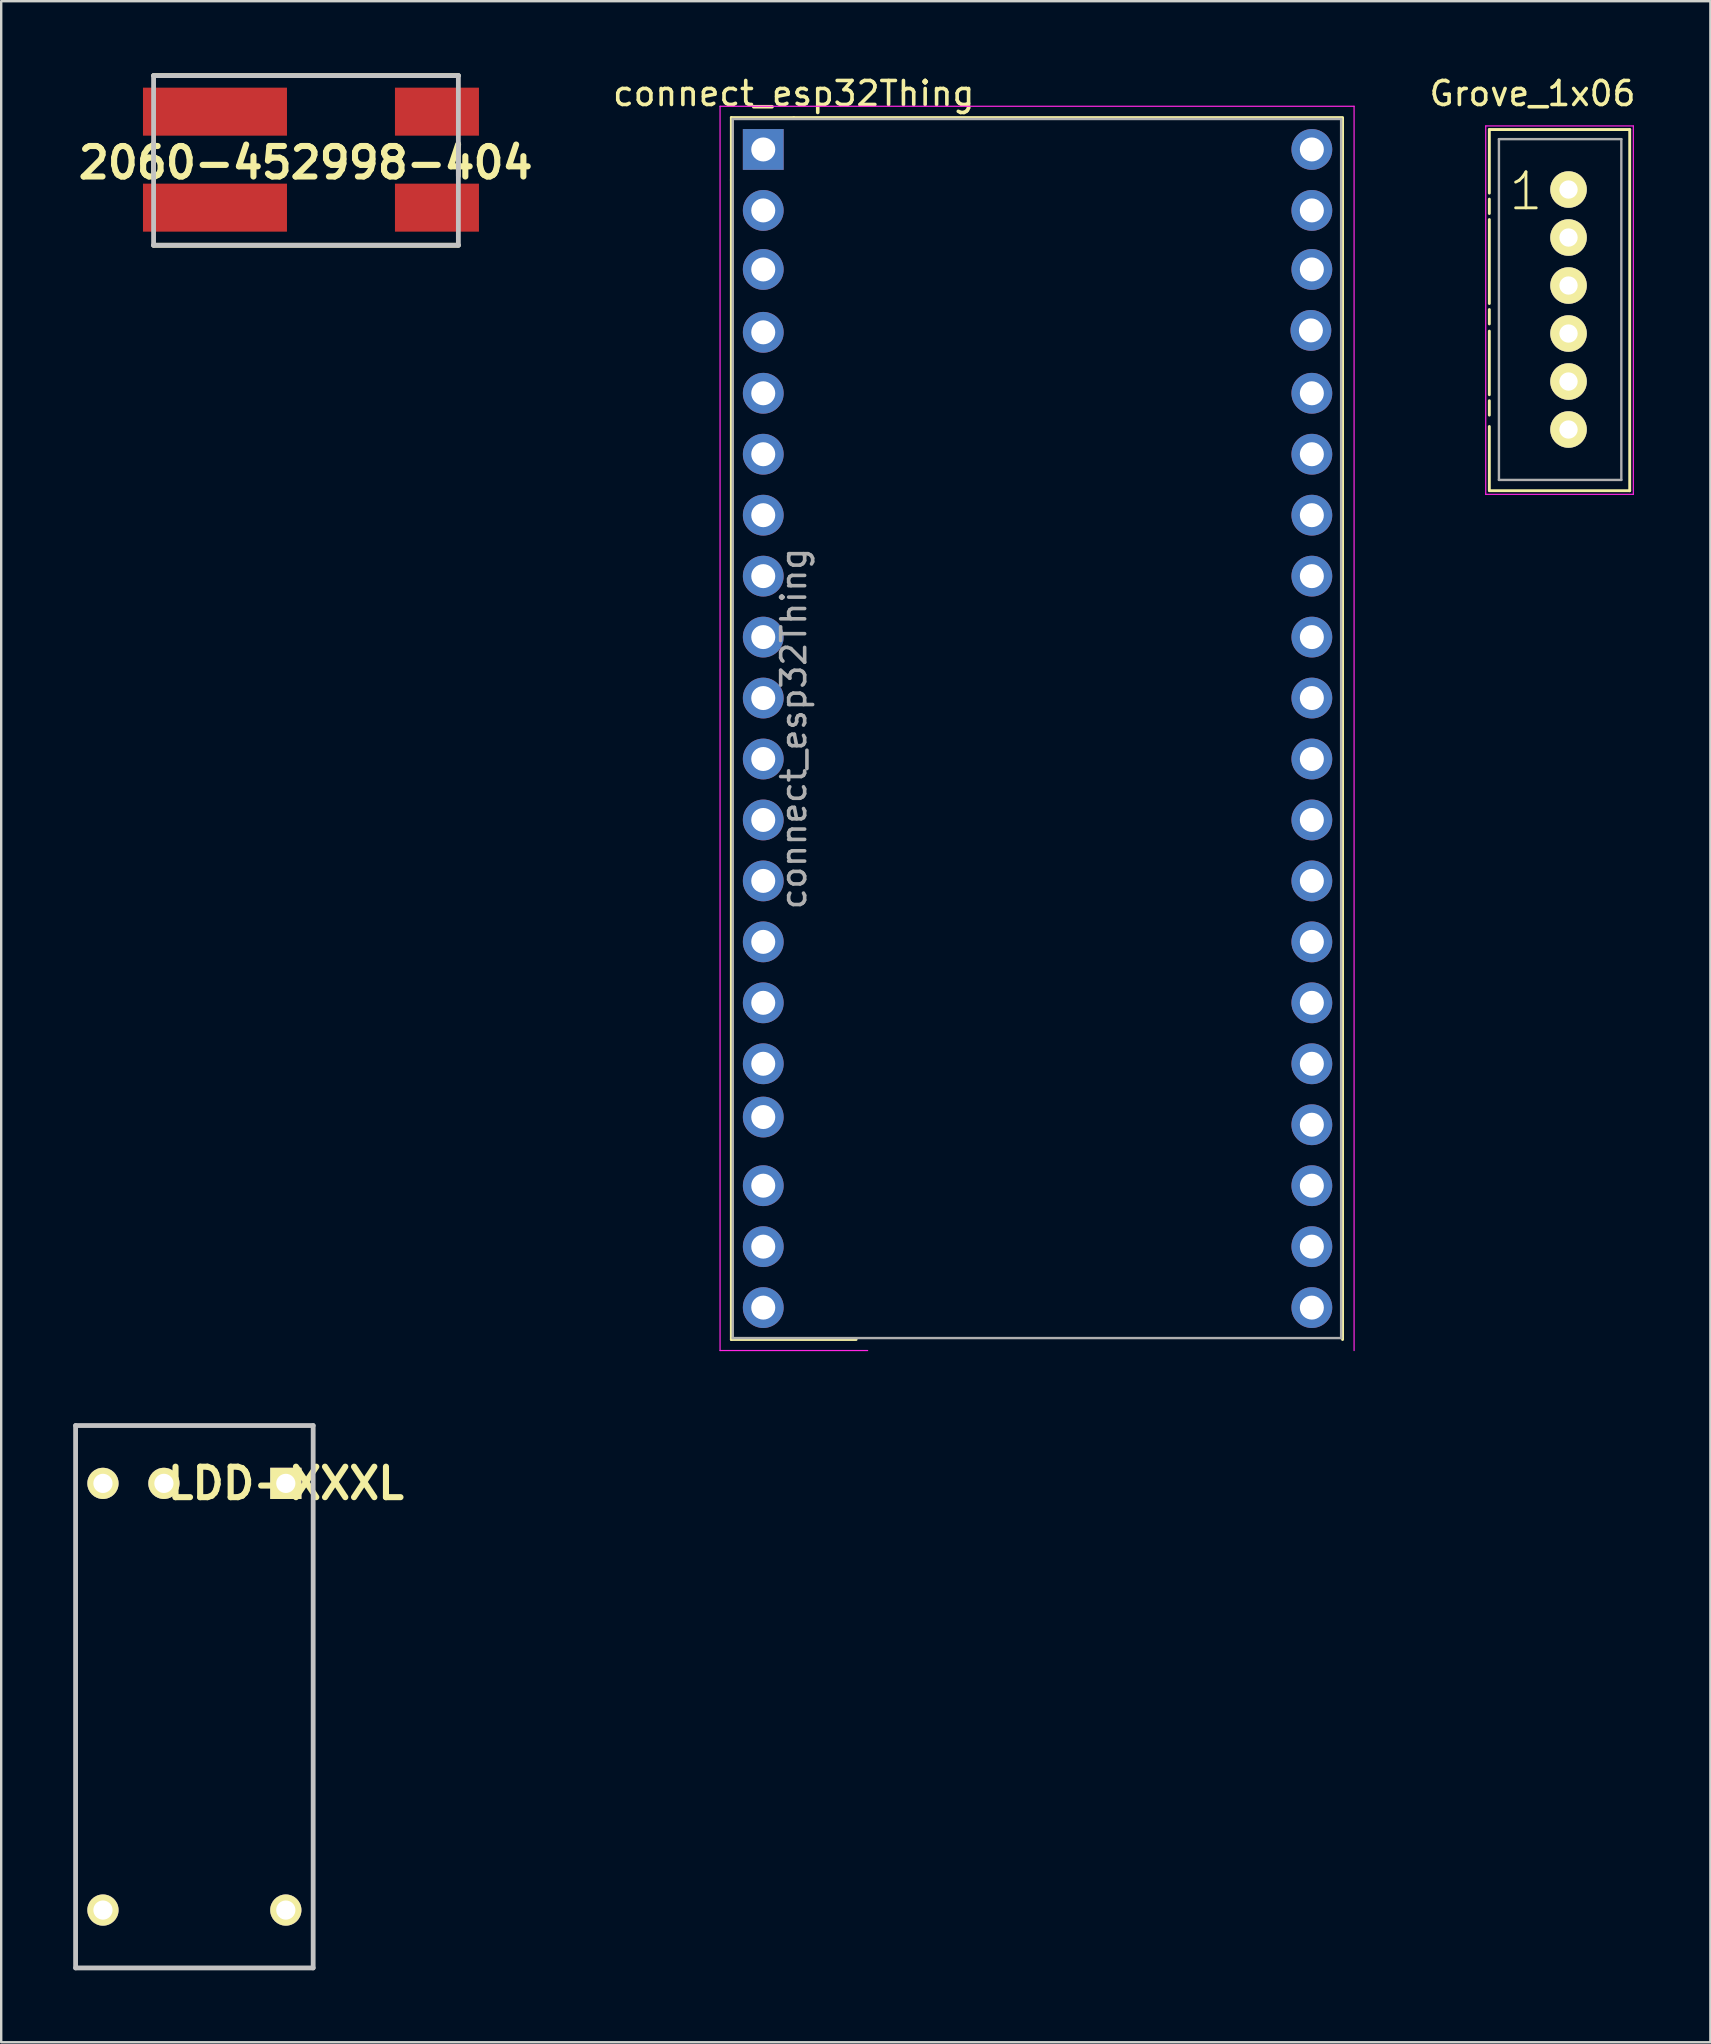
<source format=kicad_pcb>
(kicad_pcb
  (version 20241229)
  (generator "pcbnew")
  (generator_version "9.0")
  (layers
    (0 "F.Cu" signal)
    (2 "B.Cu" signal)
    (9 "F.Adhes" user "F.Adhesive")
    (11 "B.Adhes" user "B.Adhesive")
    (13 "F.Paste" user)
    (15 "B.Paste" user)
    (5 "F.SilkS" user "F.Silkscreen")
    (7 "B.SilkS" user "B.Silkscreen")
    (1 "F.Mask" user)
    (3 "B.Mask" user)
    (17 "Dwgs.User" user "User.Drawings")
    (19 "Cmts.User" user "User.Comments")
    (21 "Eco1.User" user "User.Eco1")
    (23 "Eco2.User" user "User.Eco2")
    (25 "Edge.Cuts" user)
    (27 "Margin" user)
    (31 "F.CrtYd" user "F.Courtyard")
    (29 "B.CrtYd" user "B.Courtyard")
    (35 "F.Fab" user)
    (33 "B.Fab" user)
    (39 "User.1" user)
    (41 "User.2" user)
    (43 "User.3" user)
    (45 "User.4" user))
  (footprint "2060-452998-404"
    (layer "F.Cu")
    (at 3.35 3.603)
    (property "Reference" "2060-452998-404" (at 6.338 0.127 0) (layer "F.SilkS") (effects (font (size 1.27 1.27) (thickness 0.254))))
    (attr smd)
    (fp_line (start 0 -3.503) (end 12.7 -3.503) (stroke (width 0.2) (type solid)) (layer "F.SilkS"))
    (fp_line (start 0 -0.684) (end 0 0.684) (stroke (width 0.2) (type solid)) (layer "F.SilkS"))
    (fp_line (start 12.7 -0.684) (end 12.7 0.684) (stroke (width 0.2) (type solid)) (layer "F.SilkS"))
    (fp_line (start 12.7 3.567) (end 0 3.567) (stroke (width 0.2) (type solid)) (layer "F.SilkS"))
    (fp_line (start 0 -3.503) (end 12.7 -3.503) (stroke (width 0.2) (type solid)) (layer "Dwgs.User"))
    (fp_line (start 0 3.567) (end 0 -3.503) (stroke (width 0.2) (type solid)) (layer "Dwgs.User"))
    (fp_line (start 12.7 -3.503) (end 12.7 3.567) (stroke (width 0.2) (type solid)) (layer "Dwgs.User"))
    (fp_line (start 12.7 3.567) (end 0 3.567) (stroke (width 0.2) (type solid)) (layer "Dwgs.User"))
    (pad "1" smd rect (at 11.808 2 90) (size 2 3.5) (layers "F.Cu" "F.Mask" "F.Paste"))
    (pad "2" smd rect (at 2.558 2 90) (size 2 6) (layers "F.Cu" "F.Mask" "F.Paste"))
    (pad "3" smd rect (at 11.808 -2 90) (size 2 3.5) (layers "F.Cu" "F.Mask" "F.Paste"))
    (pad "4" smd rect (at 2.558 -2 90) (size 2 6) (layers "F.Cu" "F.Mask" "F.Paste")))
  (footprint "LDD-XXXL"
    (layer "F.Cu")
    (at 8.86 58.763)
    (property "Reference" "LDD-XXXL" (at 0 0 0) (layer "F.SilkS") (effects (font (size 1.27 1.27) (thickness 0.254))))
    (attr through_hole)
    (fp_line (start -8.76 -2.41) (end 1.14 -2.41) (stroke (width 0.1) (type solid)) (layer "F.SilkS"))
    (fp_line (start -8.76 20.19) (end -8.76 -2.41) (stroke (width 0.1) (type solid)) (layer "F.SilkS"))
    (fp_line (start 1.14 -2.41) (end 1.14 20.19) (stroke (width 0.1) (type solid)) (layer "F.SilkS"))
    (fp_line (start 1.14 20.19) (end -8.76 20.19) (stroke (width 0.1) (type solid)) (layer "F.SilkS"))
    (fp_line (start -8.76 -2.41) (end -8.76 20.19) (stroke (width 0.2) (type solid)) (layer "Dwgs.User"))
    (fp_line (start -8.76 20.19) (end 1.14 20.19) (stroke (width 0.2) (type solid)) (layer "Dwgs.User"))
    (fp_line (start 1.14 -2.41) (end -8.76 -2.41) (stroke (width 0.2) (type solid)) (layer "Dwgs.User"))
    (fp_line (start 1.14 20.19) (end 1.14 -2.41) (stroke (width 0.2) (type solid)) (layer "Dwgs.User"))
    (pad "1" thru_hole rect (at 0 0 90) (size 1.3 1.3) (drill 0.8) (layers "*.Cu" "*.Mask" "F.SilkS"))
    (pad "3" thru_hole circle (at -5.08 0 90) (size 1.3 1.3) (drill 0.8) (layers "*.Cu" "*.Mask" "F.SilkS"))
    (pad "4" thru_hole circle (at -7.62 0 90) (size 1.3 1.3) (drill 0.8) (layers "*.Cu" "*.Mask" "F.SilkS"))
    (pad "5" thru_hole circle (at -7.62 17.78 90) (size 1.3 1.3) (drill 0.8) (layers "*.Cu" "*.Mask" "F.SilkS"))
    (pad "6" thru_hole circle (at 0 17.78 90) (size 1.3 1.3) (drill 0.8) (layers "*.Cu" "*.Mask" "F.SilkS")))
  (footprint "Grove_1x06"
    (layer "F.Cu")
    (at 62.311 4.848)
    (property "Reference" "Grove_1x06" (at -1.5 -4 0) (layer "F.SilkS") (effects (font (size 1 1) (thickness 0.15))))
    (attr through_hole)
    (fp_line (start -3.3 -2.5) (end -3.3 0.15) (stroke (width 0.12) (type solid)) (layer "F.SilkS"))
    (fp_line (start -3.3 -2.5) (end 2.55 -2.5) (stroke (width 0.12) (type solid)) (layer "F.SilkS"))
    (fp_line (start -3.3 0.4) (end -3.3 1) (stroke (width 0.12) (type solid)) (layer "F.SilkS"))
    (fp_line (start -3.3 1.25) (end -3.3 4.75) (stroke (width 0.12) (type solid)) (layer "F.SilkS"))
    (fp_line (start -3.3 5) (end -3.3 5.6) (stroke (width 0.12) (type solid)) (layer "F.SilkS"))
    (fp_line (start -3.3 5.9) (end -3.3 8.55) (stroke (width 0.12) (type solid)) (layer "F.SilkS"))
    (fp_line (start -3.3 8.8) (end -3.3 9.4) (stroke (width 0.12) (type solid)) (layer "F.SilkS"))
    (fp_line (start -3.3 9.875) (end -3.3 12.525) (stroke (width 0.12) (type solid)) (layer "F.SilkS"))
    (fp_line (start -3.3 12.55) (end 2.55 12.55) (stroke (width 0.12) (type solid)) (layer "F.SilkS"))
    (fp_line (start 2.55 -2.5) (end 2.55 12.55) (stroke (width 0.12) (type solid)) (layer "F.SilkS"))
    (fp_line (start -3.45 -2.65) (end -3.45 12.7) (stroke (width 0.05) (type solid)) (layer "F.CrtYd"))
    (fp_line (start -3.45 -2.65) (end 2.7 -2.65) (stroke (width 0.05) (type solid)) (layer "F.CrtYd"))
    (fp_line (start -3.45 12.7) (end 2.7 12.7) (stroke (width 0.05) (type solid)) (layer "F.CrtYd"))
    (fp_line (start 2.7 12.7) (end 2.7 -2.65) (stroke (width 0.05) (type solid)) (layer "F.CrtYd"))
    (fp_line (start -2.9 -2.1) (end 2.2 -2.1) (stroke (width 0.1) (type solid)) (layer "F.Fab"))
    (fp_line (start -2.9 12.1) (end -2.9 -2.1) (stroke (width 0.1) (type solid)) (layer "F.Fab"))
    (fp_line (start 2.2 -2.1) (end 2.2 12.1) (stroke (width 0.1) (type solid)) (layer "F.Fab"))
    (fp_line (start 2.2 12.1) (end -2.9 12.1) (stroke (width 0.1) (type solid)) (layer "F.Fab"))
    (fp_text user "1" (at -1.775 0.075 0) (layer "F.SilkS") (effects (font (size 1.5 1.5) (thickness 0.12))))
    (pad "1" thru_hole circle (at 0 0) (size 1.524 1.524) (drill 0.762) (layers "*.Cu" "*.Mask" "F.SilkS"))
    (pad "2" thru_hole circle (at 0 2) (size 1.524 1.524) (drill 0.762) (layers "*.Cu" "*.Mask" "F.SilkS"))
    (pad "3" thru_hole circle (at 0 4) (size 1.524 1.524) (drill 0.762) (layers "*.Cu" "*.Mask" "F.SilkS"))
    (pad "4" thru_hole circle (at 0 6) (size 1.524 1.524) (drill 0.762) (layers "*.Cu" "*.Mask" "F.SilkS"))
    (pad "5" thru_hole circle (at 0 8) (size 1.524 1.524) (drill 0.762) (layers "*.Cu" "*.Mask" "F.SilkS"))
    (pad "6" thru_hole circle (at 0 10) (size 1.524 1.524) (drill 0.762) (layers "*.Cu" "*.Mask" "F.SilkS")))
  (footprint "connect_esp32Thing"
    (layer "F.Cu")
    (at 28.755 3.178)
    (property "Reference" "connect_esp32Thing" (at 1.27 -2.33 0) (layer "F.SilkS") (effects (font (size 1 1) (thickness 0.15))))
    (attr through_hole)
    (fp_line (start -1.33 -1.33) (end 1.27 -1.33) (stroke (width 0.12) (type solid)) (layer "F.SilkS"))
    (fp_line (start -1.33 1.27) (end -1.33 -1.33) (stroke (width 0.12) (type solid)) (layer "F.SilkS"))
    (fp_line (start -1.33 1.27) (end -1.33 49.59) (stroke (width 0.12) (type solid)) (layer "F.SilkS"))
    (fp_line (start -1.33 49.59) (end 3.87 49.59) (stroke (width 0.12) (type solid)) (layer "F.SilkS"))
    (fp_line (start 1.27 -1.33) (end 24.08 -1.33) (stroke (width 0.12) (type solid)) (layer "F.SilkS"))
    (fp_line (start 24.14 -1.33) (end 24.14 49.59) (stroke (width 0.12) (type solid)) (layer "F.SilkS"))
    (fp_line (start -1.8 -1.8) (end -1.8 50.05) (stroke (width 0.05) (type solid)) (layer "F.CrtYd"))
    (fp_line (start -1.8 50.05) (end 4.35 50.05) (stroke (width 0.05) (type solid)) (layer "F.CrtYd"))
    (fp_line (start 24.62 -1.8) (end -1.8 -1.8) (stroke (width 0.05) (type solid)) (layer "F.CrtYd"))
    (fp_line (start 24.62 50.05) (end 24.62 -1.8) (stroke (width 0.05) (type solid)) (layer "F.CrtYd"))
    (fp_line (start -1.27 -1.27) (end 24.08 -1.27) (stroke (width 0.1) (type solid)) (layer "F.Fab"))
    (fp_line (start -1.27 49.53) (end -1.27 -1.27) (stroke (width 0.1) (type solid)) (layer "F.Fab"))
    (fp_line (start 24.08 -1.27) (end 24.08 49.53) (stroke (width 0.1) (type solid)) (layer "F.Fab"))
    (fp_line (start 24.08 49.53) (end -1.27 49.53) (stroke (width 0.1) (type solid)) (layer "F.Fab"))
    (fp_text user "${REFERENCE}" (at 1.27 24.13 90) (layer "F.Fab") (effects (font (size 1 1) (thickness 0.15))))
    (pad "1" thru_hole rect (at 0 0) (size 1.7 1.7) (drill 1) (layers "*.Cu" "*.Mask"))
    (pad "2" thru_hole oval (at 0 2.54) (size 1.7 1.7) (drill 1) (layers "*.Cu" "*.Mask"))
    (pad "3" thru_hole oval (at 0 5) (size 1.7 1.7) (drill 1) (layers "*.Cu" "*.Mask"))
    (pad "4" thru_hole oval (at 0 7.62) (size 1.7 1.7) (drill 1) (layers "*.Cu" "*.Mask"))
    (pad "5" thru_hole oval (at 0 10.16) (size 1.7 1.7) (drill 1) (layers "*.Cu" "*.Mask"))
    (pad "6" thru_hole oval (at 0 12.7) (size 1.7 1.7) (drill 1) (layers "*.Cu" "*.Mask"))
    (pad "7" thru_hole oval (at 0 15.24) (size 1.7 1.7) (drill 1) (layers "*.Cu" "*.Mask"))
    (pad "8" thru_hole oval (at 0 17.78) (size 1.7 1.7) (drill 1) (layers "*.Cu" "*.Mask"))
    (pad "9" thru_hole oval (at 0 20.32) (size 1.7 1.7) (drill 1) (layers "*.Cu" "*.Mask"))
    (pad "10" thru_hole oval (at 0 22.86) (size 1.7 1.7) (drill 1) (layers "*.Cu" "*.Mask"))
    (pad "11" thru_hole oval (at 0 25.4) (size 1.7 1.7) (drill 1) (layers "*.Cu" "*.Mask"))
    (pad "12" thru_hole oval (at 0 27.94) (size 1.7 1.7) (drill 1) (layers "*.Cu" "*.Mask"))
    (pad "13" thru_hole oval (at 0 30.48) (size 1.7 1.7) (drill 1) (layers "*.Cu" "*.Mask"))
    (pad "14" thru_hole oval (at 0 33.02) (size 1.7 1.7) (drill 1) (layers "*.Cu" "*.Mask"))
    (pad "15" thru_hole oval (at 0 35.56) (size 1.7 1.7) (drill 1) (layers "*.Cu" "*.Mask"))
    (pad "16" thru_hole oval (at 0 38.1) (size 1.7 1.7) (drill 1) (layers "*.Cu" "*.Mask"))
    (pad "17" thru_hole oval (at 0 40.32) (size 1.7 1.7) (drill 1) (layers "*.Cu" "*.Mask"))
    (pad "18" thru_hole oval (at 0 43.18) (size 1.7 1.7) (drill 1) (layers "*.Cu" "*.Mask"))
    (pad "19" thru_hole oval (at 0 45.72) (size 1.7 1.7) (drill 1) (layers "*.Cu" "*.Mask"))
    (pad "20" thru_hole oval (at 0 48.26) (size 1.7 1.7) (drill 1) (layers "*.Cu" "*.Mask"))
    (pad "21" thru_hole oval (at 22.86 0) (size 1.7 1.7) (drill 1) (layers "*.Cu" "*.Mask"))
    (pad "22" thru_hole oval (at 22.86 2.54) (size 1.7 1.7) (drill 1) (layers "*.Cu" "*.Mask"))
    (pad "23" thru_hole oval (at 22.86 5) (size 1.7 1.7) (drill 1) (layers "*.Cu" "*.Mask"))
    (pad "24" thru_hole oval (at 22.82 7.54) (size 1.7 1.7) (drill 1) (layers "*.Cu" "*.Mask"))
    (pad "25" thru_hole oval (at 22.86 10.16) (size 1.7 1.7) (drill 1) (layers "*.Cu" "*.Mask"))
    (pad "26" thru_hole oval (at 22.86 12.7) (size 1.7 1.7) (drill 1) (layers "*.Cu" "*.Mask"))
    (pad "27" thru_hole oval (at 22.86 15.24) (size 1.7 1.7) (drill 1) (layers "*.Cu" "*.Mask"))
    (pad "28" thru_hole oval (at 22.86 17.78) (size 1.7 1.7) (drill 1) (layers "*.Cu" "*.Mask"))
    (pad "29" thru_hole oval (at 22.86 20.32) (size 1.7 1.7) (drill 1) (layers "*.Cu" "*.Mask"))
    (pad "30" thru_hole oval (at 22.86 22.86) (size 1.7 1.7) (drill 1) (layers "*.Cu" "*.Mask"))
    (pad "31" thru_hole oval (at 22.86 25.4) (size 1.7 1.7) (drill 1) (layers "*.Cu" "*.Mask"))
    (pad "32" thru_hole oval (at 22.86 27.94) (size 1.7 1.7) (drill 1) (layers "*.Cu" "*.Mask"))
    (pad "33" thru_hole oval (at 22.86 30.48) (size 1.7 1.7) (drill 1) (layers "*.Cu" "*.Mask"))
    (pad "34" thru_hole oval (at 22.86 33.02) (size 1.7 1.7) (drill 1) (layers "*.Cu" "*.Mask"))
    (pad "35" thru_hole oval (at 22.86 35.56) (size 1.7 1.7) (drill 1) (layers "*.Cu" "*.Mask"))
    (pad "36" thru_hole oval (at 22.86 38.1) (size 1.7 1.7) (drill 1) (layers "*.Cu" "*.Mask"))
    (pad "37" thru_hole oval (at 22.86 40.64) (size 1.7 1.7) (drill 1) (layers "*.Cu" "*.Mask"))
    (pad "38" thru_hole oval (at 22.86 43.18) (size 1.7 1.7) (drill 1) (layers "*.Cu" "*.Mask"))
    (pad "39" thru_hole oval (at 22.86 45.72) (size 1.7 1.7) (drill 1) (layers "*.Cu" "*.Mask"))
    (pad "40" thru_hole oval (at 22.86 48.26) (size 1.7 1.7) (drill 1) (layers "*.Cu" "*.Mask")))
  (gr_rect
    (start -3 -3)
    (end 68.222 82.053)
    (stroke (width 0.1) (type default))
    (fill no)
    (layer "Edge.Cuts")))
</source>
